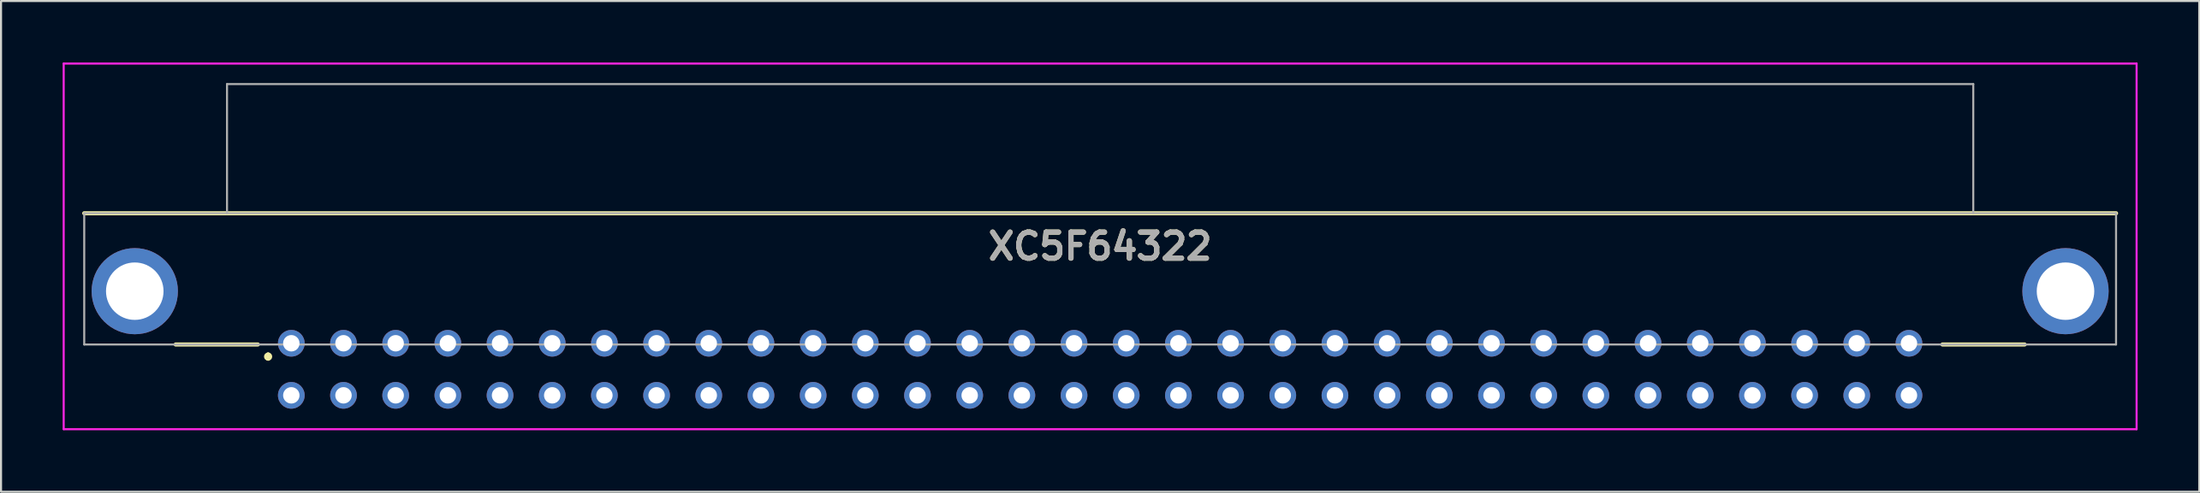
<source format=kicad_pcb>
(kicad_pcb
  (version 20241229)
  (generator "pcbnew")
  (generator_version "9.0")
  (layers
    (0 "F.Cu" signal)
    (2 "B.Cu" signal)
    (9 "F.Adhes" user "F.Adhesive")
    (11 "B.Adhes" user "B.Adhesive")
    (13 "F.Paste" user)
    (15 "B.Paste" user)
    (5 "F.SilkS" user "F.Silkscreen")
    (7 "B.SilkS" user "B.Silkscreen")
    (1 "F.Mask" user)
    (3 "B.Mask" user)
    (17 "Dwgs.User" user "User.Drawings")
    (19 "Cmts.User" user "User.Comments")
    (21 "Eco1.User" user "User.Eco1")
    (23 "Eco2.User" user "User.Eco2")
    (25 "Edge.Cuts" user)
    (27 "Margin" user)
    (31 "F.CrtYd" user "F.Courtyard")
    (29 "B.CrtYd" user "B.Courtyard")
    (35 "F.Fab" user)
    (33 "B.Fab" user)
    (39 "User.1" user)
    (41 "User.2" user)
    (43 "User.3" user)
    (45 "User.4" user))
  (footprint "XC5F64322"
    (layer "F.Cu")
    (at 11.13 13.69)
    (property "Reference" "XC5F64322" (at 39.37 -4.725 0) (layer "F.SilkS") (effects (font (size 1.27 1.27) (thickness 0.254))))
    (attr through_hole)
    (fp_line (start -10.08 -6.34) (end 88.82 -6.34) (stroke (width 0.2) (type solid)) (layer "F.SilkS"))
    (fp_line (start -1.63 0.06) (end -5.63 0.06) (stroke (width 0.2) (type solid)) (layer "F.SilkS"))
    (fp_line (start -1.13 0.55) (end -1.13 0.55) (stroke (width 0.2) (type solid)) (layer "F.SilkS"))
    (fp_line (start -1.13 0.75) (end -1.13 0.75) (stroke (width 0.2) (type solid)) (layer "F.SilkS"))
    (fp_line (start 80.37 0.06) (end 84.37 0.06) (stroke (width 0.2) (type solid)) (layer "F.SilkS"))
    (fp_arc (start -1.13 0.55) (mid -1.03 0.65) (end -1.13 0.75) (stroke (width 0.2) (type solid)) (layer "F.SilkS"))
    (fp_arc (start -1.13 0.75) (mid -1.23 0.65) (end -1.13 0.55) (stroke (width 0.2) (type solid)) (layer "F.SilkS"))
    (fp_line (start -11.08 -13.64) (end 89.82 -13.64) (stroke (width 0.1) (type solid)) (layer "F.CrtYd"))
    (fp_line (start -11.08 4.19) (end -11.08 -13.64) (stroke (width 0.1) (type solid)) (layer "F.CrtYd"))
    (fp_line (start 89.82 -13.64) (end 89.82 4.19) (stroke (width 0.1) (type solid)) (layer "F.CrtYd"))
    (fp_line (start 89.82 4.19) (end -11.08 4.19) (stroke (width 0.1) (type solid)) (layer "F.CrtYd"))
    (fp_line (start -10.08 -6.34) (end -10.08 0.06) (stroke (width 0.1) (type solid)) (layer "F.Fab"))
    (fp_line (start -10.08 0.06) (end 88.82 0.06) (stroke (width 0.1) (type solid)) (layer "F.Fab"))
    (fp_line (start -3.13 -12.64) (end 81.87 -12.64) (stroke (width 0.1) (type solid)) (layer "F.Fab"))
    (fp_line (start -3.13 -6.34) (end -3.13 -12.64) (stroke (width 0.1) (type solid)) (layer "F.Fab"))
    (fp_line (start 81.87 -12.64) (end 81.87 -6.34) (stroke (width 0.1) (type solid)) (layer "F.Fab"))
    (fp_line (start 88.82 -6.34) (end -10.08 -6.34) (stroke (width 0.1) (type solid)) (layer "F.Fab"))
    (fp_line (start 88.82 0.06) (end 88.82 -6.34) (stroke (width 0.1) (type solid)) (layer "F.Fab"))
    (fp_text user "${REFERENCE}" (at 39.37 -4.725 0) (layer "F.Fab") (effects (font (size 1.27 1.27) (thickness 0.254))))
    (pad "A1" thru_hole circle (at 0 0) (size 1.3 1.3) (drill 0.8) (layers "*.Cu" "*.Mask"))
    (pad "A2" thru_hole circle (at 2.54 0) (size 1.3 1.3) (drill 0.8) (layers "*.Cu" "*.Mask"))
    (pad "A3" thru_hole circle (at 5.08 0) (size 1.3 1.3) (drill 0.8) (layers "*.Cu" "*.Mask"))
    (pad "A4" thru_hole circle (at 7.62 0) (size 1.3 1.3) (drill 0.8) (layers "*.Cu" "*.Mask"))
    (pad "A5" thru_hole circle (at 10.16 0) (size 1.3 1.3) (drill 0.8) (layers "*.Cu" "*.Mask"))
    (pad "A6" thru_hole circle (at 12.7 0) (size 1.3 1.3) (drill 0.8) (layers "*.Cu" "*.Mask"))
    (pad "A7" thru_hole circle (at 15.24 0) (size 1.3 1.3) (drill 0.8) (layers "*.Cu" "*.Mask"))
    (pad "A8" thru_hole circle (at 17.78 0) (size 1.3 1.3) (drill 0.8) (layers "*.Cu" "*.Mask"))
    (pad "A9" thru_hole circle (at 20.32 0) (size 1.3 1.3) (drill 0.8) (layers "*.Cu" "*.Mask"))
    (pad "A10" thru_hole circle (at 22.86 0) (size 1.3 1.3) (drill 0.8) (layers "*.Cu" "*.Mask"))
    (pad "A11" thru_hole circle (at 25.4 0) (size 1.3 1.3) (drill 0.8) (layers "*.Cu" "*.Mask"))
    (pad "A12" thru_hole circle (at 27.94 0) (size 1.3 1.3) (drill 0.8) (layers "*.Cu" "*.Mask"))
    (pad "A13" thru_hole circle (at 30.48 0) (size 1.3 1.3) (drill 0.8) (layers "*.Cu" "*.Mask"))
    (pad "A14" thru_hole circle (at 33.02 0) (size 1.3 1.3) (drill 0.8) (layers "*.Cu" "*.Mask"))
    (pad "A15" thru_hole circle (at 35.56 0) (size 1.3 1.3) (drill 0.8) (layers "*.Cu" "*.Mask"))
    (pad "A16" thru_hole circle (at 38.1 0) (size 1.3 1.3) (drill 0.8) (layers "*.Cu" "*.Mask"))
    (pad "A17" thru_hole circle (at 40.64 0) (size 1.3 1.3) (drill 0.8) (layers "*.Cu" "*.Mask"))
    (pad "A18" thru_hole circle (at 43.18 0) (size 1.3 1.3) (drill 0.8) (layers "*.Cu" "*.Mask"))
    (pad "A19" thru_hole circle (at 45.72 0) (size 1.3 1.3) (drill 0.8) (layers "*.Cu" "*.Mask"))
    (pad "A20" thru_hole circle (at 48.26 0) (size 1.3 1.3) (drill 0.8) (layers "*.Cu" "*.Mask"))
    (pad "A21" thru_hole circle (at 50.8 0) (size 1.3 1.3) (drill 0.8) (layers "*.Cu" "*.Mask"))
    (pad "A22" thru_hole circle (at 53.34 0) (size 1.3 1.3) (drill 0.8) (layers "*.Cu" "*.Mask"))
    (pad "A23" thru_hole circle (at 55.88 0) (size 1.3 1.3) (drill 0.8) (layers "*.Cu" "*.Mask"))
    (pad "A24" thru_hole circle (at 58.42 0) (size 1.3 1.3) (drill 0.8) (layers "*.Cu" "*.Mask"))
    (pad "A25" thru_hole circle (at 60.96 0) (size 1.3 1.3) (drill 0.8) (layers "*.Cu" "*.Mask"))
    (pad "A26" thru_hole circle (at 63.5 0) (size 1.3 1.3) (drill 0.8) (layers "*.Cu" "*.Mask"))
    (pad "A27" thru_hole circle (at 66.04 0) (size 1.3 1.3) (drill 0.8) (layers "*.Cu" "*.Mask"))
    (pad "A28" thru_hole circle (at 68.58 0) (size 1.3 1.3) (drill 0.8) (layers "*.Cu" "*.Mask"))
    (pad "A29" thru_hole circle (at 71.12 0) (size 1.3 1.3) (drill 0.8) (layers "*.Cu" "*.Mask"))
    (pad "A30" thru_hole circle (at 73.66 0) (size 1.3 1.3) (drill 0.8) (layers "*.Cu" "*.Mask"))
    (pad "A31" thru_hole circle (at 76.2 0) (size 1.3 1.3) (drill 0.8) (layers "*.Cu" "*.Mask"))
    (pad "A32" thru_hole circle (at 78.74 0) (size 1.3 1.3) (drill 0.8) (layers "*.Cu" "*.Mask"))
    (pad "B1" thru_hole circle (at 0 2.54) (size 1.3 1.3) (drill 0.8) (layers "*.Cu" "*.Mask"))
    (pad "B2" thru_hole circle (at 2.54 2.54) (size 1.3 1.3) (drill 0.8) (layers "*.Cu" "*.Mask"))
    (pad "B3" thru_hole circle (at 5.08 2.54) (size 1.3 1.3) (drill 0.8) (layers "*.Cu" "*.Mask"))
    (pad "B4" thru_hole circle (at 7.62 2.54) (size 1.3 1.3) (drill 0.8) (layers "*.Cu" "*.Mask"))
    (pad "B5" thru_hole circle (at 10.16 2.54) (size 1.3 1.3) (drill 0.8) (layers "*.Cu" "*.Mask"))
    (pad "B6" thru_hole circle (at 12.7 2.54) (size 1.3 1.3) (drill 0.8) (layers "*.Cu" "*.Mask"))
    (pad "B7" thru_hole circle (at 15.24 2.54) (size 1.3 1.3) (drill 0.8) (layers "*.Cu" "*.Mask"))
    (pad "B8" thru_hole circle (at 17.78 2.54) (size 1.3 1.3) (drill 0.8) (layers "*.Cu" "*.Mask"))
    (pad "B9" thru_hole circle (at 20.32 2.54) (size 1.3 1.3) (drill 0.8) (layers "*.Cu" "*.Mask"))
    (pad "B10" thru_hole circle (at 22.86 2.54) (size 1.3 1.3) (drill 0.8) (layers "*.Cu" "*.Mask"))
    (pad "B11" thru_hole circle (at 25.4 2.54) (size 1.3 1.3) (drill 0.8) (layers "*.Cu" "*.Mask"))
    (pad "B12" thru_hole circle (at 27.94 2.54) (size 1.3 1.3) (drill 0.8) (layers "*.Cu" "*.Mask"))
    (pad "B13" thru_hole circle (at 30.48 2.54) (size 1.3 1.3) (drill 0.8) (layers "*.Cu" "*.Mask"))
    (pad "B14" thru_hole circle (at 33.02 2.54) (size 1.3 1.3) (drill 0.8) (layers "*.Cu" "*.Mask"))
    (pad "B15" thru_hole circle (at 35.56 2.54) (size 1.3 1.3) (drill 0.8) (layers "*.Cu" "*.Mask"))
    (pad "B16" thru_hole circle (at 38.1 2.54) (size 1.3 1.3) (drill 0.8) (layers "*.Cu" "*.Mask"))
    (pad "B17" thru_hole circle (at 40.64 2.54) (size 1.3 1.3) (drill 0.8) (layers "*.Cu" "*.Mask"))
    (pad "B18" thru_hole circle (at 43.18 2.54) (size 1.3 1.3) (drill 0.8) (layers "*.Cu" "*.Mask"))
    (pad "B19" thru_hole circle (at 45.72 2.54) (size 1.3 1.3) (drill 0.8) (layers "*.Cu" "*.Mask"))
    (pad "B20" thru_hole circle (at 48.26 2.54) (size 1.3 1.3) (drill 0.8) (layers "*.Cu" "*.Mask"))
    (pad "B21" thru_hole circle (at 50.8 2.54) (size 1.3 1.3) (drill 0.8) (layers "*.Cu" "*.Mask"))
    (pad "B22" thru_hole circle (at 53.34 2.54) (size 1.3 1.3) (drill 0.8) (layers "*.Cu" "*.Mask"))
    (pad "B23" thru_hole circle (at 55.88 2.54) (size 1.3 1.3) (drill 0.8) (layers "*.Cu" "*.Mask"))
    (pad "B24" thru_hole circle (at 58.42 2.54) (size 1.3 1.3) (drill 0.8) (layers "*.Cu" "*.Mask"))
    (pad "B25" thru_hole circle (at 60.96 2.54) (size 1.3 1.3) (drill 0.8) (layers "*.Cu" "*.Mask"))
    (pad "B26" thru_hole circle (at 63.5 2.54) (size 1.3 1.3) (drill 0.8) (layers "*.Cu" "*.Mask"))
    (pad "B27" thru_hole circle (at 66.04 2.54) (size 1.3 1.3) (drill 0.8) (layers "*.Cu" "*.Mask"))
    (pad "B28" thru_hole circle (at 68.58 2.54) (size 1.3 1.3) (drill 0.8) (layers "*.Cu" "*.Mask"))
    (pad "B29" thru_hole circle (at 71.12 2.54) (size 1.3 1.3) (drill 0.8) (layers "*.Cu" "*.Mask"))
    (pad "B30" thru_hole circle (at 73.66 2.54) (size 1.3 1.3) (drill 0.8) (layers "*.Cu" "*.Mask"))
    (pad "B31" thru_hole circle (at 76.2 2.54) (size 1.3 1.3) (drill 0.8) (layers "*.Cu" "*.Mask"))
    (pad "B32" thru_hole circle (at 78.74 2.54) (size 1.3 1.3) (drill 0.8) (layers "*.Cu" "*.Mask"))
    (pad "MH1" thru_hole circle (at -7.62 -2.54) (size 4.2 4.2) (drill 2.8) (layers "*.Cu" "*.Mask"))
    (pad "MH2" thru_hole circle (at 86.36 -2.54) (size 4.2 4.2) (drill 2.8) (layers "*.Cu" "*.Mask")))
  (gr_rect
    (start -3 -3)
    (end 104 20.93)
    (stroke (width 0.1) (type default))
    (fill no)
    (layer "Edge.Cuts")))
</source>
